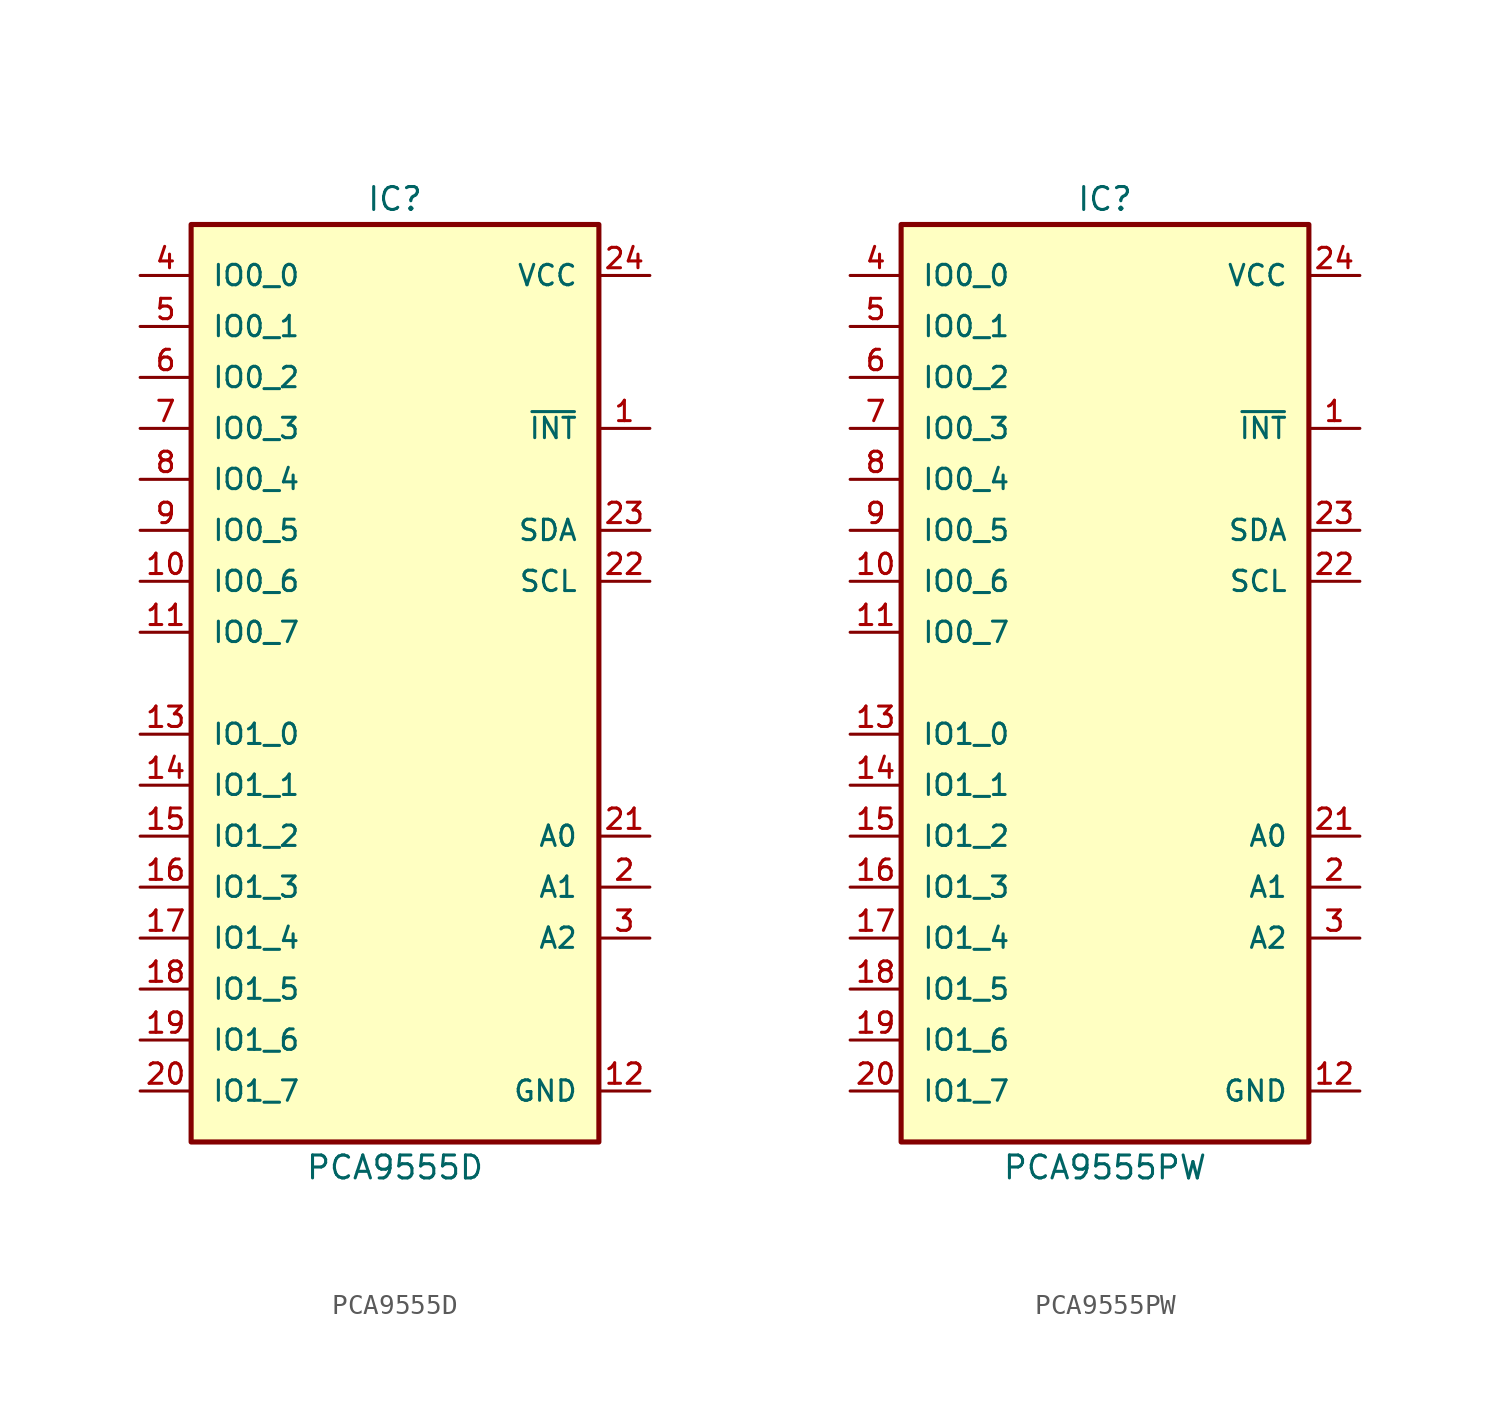
<source format=kicad_sym>
(kicad_symbol_lib
  (version 20241209)
  (generator "kicad_symbol_editor")
  (generator_version "9.0")
  (symbol "PCA9555D"
    (pin_names
      (offset 1.016))
    (property "Reference" "IC"
      (at 0 24.13 0)
      (effects (font (size 1.143 1.143))))
    (property "Value" "PCA9555D"
      (at 0 -24.13 0)
      (effects (font (size 1.143 1.143))))
    (symbol "PCA9555D_0_1"
      (rectangle (start -10.16 22.86) (end 10.16 -22.86) (stroke (width 0.254) (type default)) (fill (type background))))
    (symbol "PCA9555D_1_1"
      (pin bidirectional line (at -12.7 20.32 0) (length 2.54) (name "IO0_0" (effects (font (size 1.016 1.016)))) (number "4" (effects (font (size 1.016 1.016)))))
      (pin bidirectional line (at -12.7 17.78 0) (length 2.54) (name "IO0_1" (effects (font (size 1.016 1.016)))) (number "5" (effects (font (size 1.016 1.016)))))
      (pin bidirectional line (at -12.7 15.24 0) (length 2.54) (name "IO0_2" (effects (font (size 1.016 1.016)))) (number "6" (effects (font (size 1.016 1.016)))))
      (pin bidirectional line (at -12.7 12.7 0) (length 2.54) (name "IO0_3" (effects (font (size 1.016 1.016)))) (number "7" (effects (font (size 1.016 1.016)))))
      (pin bidirectional line (at -12.7 10.16 0) (length 2.54) (name "IO0_4" (effects (font (size 1.016 1.016)))) (number "8" (effects (font (size 1.016 1.016)))))
      (pin bidirectional line (at -12.7 7.62 0) (length 2.54) (name "IO0_5" (effects (font (size 1.016 1.016)))) (number "9" (effects (font (size 1.016 1.016)))))
      (pin bidirectional line (at -12.7 5.08 0) (length 2.54) (name "IO0_6" (effects (font (size 1.016 1.016)))) (number "10" (effects (font (size 1.016 1.016)))))
      (pin bidirectional line (at -12.7 2.54 0) (length 2.54) (name "IO0_7" (effects (font (size 1.016 1.016)))) (number "11" (effects (font (size 1.016 1.016)))))
      (pin bidirectional line (at -12.7 -2.54 0) (length 2.54) (name "IO1_0" (effects (font (size 1.016 1.016)))) (number "13" (effects (font (size 1.016 1.016)))))
      (pin bidirectional line (at -12.7 -5.08 0) (length 2.54) (name "IO1_1" (effects (font (size 1.016 1.016)))) (number "14" (effects (font (size 1.016 1.016)))))
      (pin bidirectional line (at -12.7 -7.62 0) (length 2.54) (name "IO1_2" (effects (font (size 1.016 1.016)))) (number "15" (effects (font (size 1.016 1.016)))))
      (pin bidirectional line (at -12.7 -10.16 0) (length 2.54) (name "IO1_3" (effects (font (size 1.016 1.016)))) (number "16" (effects (font (size 1.016 1.016)))))
      (pin bidirectional line (at -12.7 -12.7 0) (length 2.54) (name "IO1_4" (effects (font (size 1.016 1.016)))) (number "17" (effects (font (size 1.016 1.016)))))
      (pin bidirectional line (at -12.7 -15.24 0) (length 2.54) (name "IO1_5" (effects (font (size 1.016 1.016)))) (number "18" (effects (font (size 1.016 1.016)))))
      (pin bidirectional line (at -12.7 -17.78 0) (length 2.54) (name "IO1_6" (effects (font (size 1.016 1.016)))) (number "19" (effects (font (size 1.016 1.016)))))
      (pin bidirectional line (at -12.7 -20.32 0) (length 2.54) (name "IO1_7" (effects (font (size 1.016 1.016)))) (number "20" (effects (font (size 1.016 1.016)))))
      (pin power_in line (at 12.7 20.32 180) (length 2.54) (name "VCC" (effects (font (size 1.016 1.016)))) (number "24" (effects (font (size 1.016 1.016)))))
      (pin output line (at 12.7 12.7 180) (length 2.54) (name "~{INT}" (effects (font (size 1.016 1.016)))) (number "1" (effects (font (size 1.016 1.016)))))
      (pin bidirectional line (at 12.7 7.62 180) (length 2.54) (name "SDA" (effects (font (size 1.016 1.016)))) (number "23" (effects (font (size 1.016 1.016)))))
      (pin input line (at 12.7 5.08 180) (length 2.54) (name "SCL" (effects (font (size 1.016 1.016)))) (number "22" (effects (font (size 1.016 1.016)))))
      (pin input line (at 12.7 -7.62 180) (length 2.54) (name "A0" (effects (font (size 1.016 1.016)))) (number "21" (effects (font (size 1.016 1.016)))))
      (pin input line (at 12.7 -10.16 180) (length 2.54) (name "A1" (effects (font (size 1.016 1.016)))) (number "2" (effects (font (size 1.016 1.016)))))
      (pin input line (at 12.7 -12.7 180) (length 2.54) (name "A2" (effects (font (size 1.016 1.016)))) (number "3" (effects (font (size 1.016 1.016)))))
      (pin power_in line (at 12.7 -20.32 180) (length 2.54) (name "GND" (effects (font (size 1.016 1.016)))) (number "12" (effects (font (size 1.016 1.016)))))))
  (symbol "PCA9555PW"
    (pin_names
      (offset 1.016))
    (property "Reference" "IC"
      (at 0 24.13 0)
      (effects (font (size 1.143 1.143))))
    (property "Value" "PCA9555PW"
      (at 0 -24.13 0)
      (effects (font (size 1.143 1.143))))
    (symbol "PCA9555PW_0_1"
      (rectangle (start -10.16 22.86) (end 10.16 -22.86) (stroke (width 0.254) (type default)) (fill (type background))))
    (symbol "PCA9555PW_1_1"
      (pin bidirectional line (at -12.7 20.32 0) (length 2.54) (name "IO0_0" (effects (font (size 1.016 1.016)))) (number "4" (effects (font (size 1.016 1.016)))))
      (pin bidirectional line (at -12.7 17.78 0) (length 2.54) (name "IO0_1" (effects (font (size 1.016 1.016)))) (number "5" (effects (font (size 1.016 1.016)))))
      (pin bidirectional line (at -12.7 15.24 0) (length 2.54) (name "IO0_2" (effects (font (size 1.016 1.016)))) (number "6" (effects (font (size 1.016 1.016)))))
      (pin bidirectional line (at -12.7 12.7 0) (length 2.54) (name "IO0_3" (effects (font (size 1.016 1.016)))) (number "7" (effects (font (size 1.016 1.016)))))
      (pin bidirectional line (at -12.7 10.16 0) (length 2.54) (name "IO0_4" (effects (font (size 1.016 1.016)))) (number "8" (effects (font (size 1.016 1.016)))))
      (pin bidirectional line (at -12.7 7.62 0) (length 2.54) (name "IO0_5" (effects (font (size 1.016 1.016)))) (number "9" (effects (font (size 1.016 1.016)))))
      (pin bidirectional line (at -12.7 5.08 0) (length 2.54) (name "IO0_6" (effects (font (size 1.016 1.016)))) (number "10" (effects (font (size 1.016 1.016)))))
      (pin bidirectional line (at -12.7 2.54 0) (length 2.54) (name "IO0_7" (effects (font (size 1.016 1.016)))) (number "11" (effects (font (size 1.016 1.016)))))
      (pin bidirectional line (at -12.7 -2.54 0) (length 2.54) (name "IO1_0" (effects (font (size 1.016 1.016)))) (number "13" (effects (font (size 1.016 1.016)))))
      (pin bidirectional line (at -12.7 -5.08 0) (length 2.54) (name "IO1_1" (effects (font (size 1.016 1.016)))) (number "14" (effects (font (size 1.016 1.016)))))
      (pin bidirectional line (at -12.7 -7.62 0) (length 2.54) (name "IO1_2" (effects (font (size 1.016 1.016)))) (number "15" (effects (font (size 1.016 1.016)))))
      (pin bidirectional line (at -12.7 -10.16 0) (length 2.54) (name "IO1_3" (effects (font (size 1.016 1.016)))) (number "16" (effects (font (size 1.016 1.016)))))
      (pin bidirectional line (at -12.7 -12.7 0) (length 2.54) (name "IO1_4" (effects (font (size 1.016 1.016)))) (number "17" (effects (font (size 1.016 1.016)))))
      (pin bidirectional line (at -12.7 -15.24 0) (length 2.54) (name "IO1_5" (effects (font (size 1.016 1.016)))) (number "18" (effects (font (size 1.016 1.016)))))
      (pin bidirectional line (at -12.7 -17.78 0) (length 2.54) (name "IO1_6" (effects (font (size 1.016 1.016)))) (number "19" (effects (font (size 1.016 1.016)))))
      (pin bidirectional line (at -12.7 -20.32 0) (length 2.54) (name "IO1_7" (effects (font (size 1.016 1.016)))) (number "20" (effects (font (size 1.016 1.016)))))
      (pin power_in line (at 12.7 20.32 180) (length 2.54) (name "VCC" (effects (font (size 1.016 1.016)))) (number "24" (effects (font (size 1.016 1.016)))))
      (pin output line (at 12.7 12.7 180) (length 2.54) (name "~{INT}" (effects (font (size 1.016 1.016)))) (number "1" (effects (font (size 1.016 1.016)))))
      (pin bidirectional line (at 12.7 7.62 180) (length 2.54) (name "SDA" (effects (font (size 1.016 1.016)))) (number "23" (effects (font (size 1.016 1.016)))))
      (pin input line (at 12.7 5.08 180) (length 2.54) (name "SCL" (effects (font (size 1.016 1.016)))) (number "22" (effects (font (size 1.016 1.016)))))
      (pin input line (at 12.7 -7.62 180) (length 2.54) (name "A0" (effects (font (size 1.016 1.016)))) (number "21" (effects (font (size 1.016 1.016)))))
      (pin input line (at 12.7 -10.16 180) (length 2.54) (name "A1" (effects (font (size 1.016 1.016)))) (number "2" (effects (font (size 1.016 1.016)))))
      (pin input line (at 12.7 -12.7 180) (length 2.54) (name "A2" (effects (font (size 1.016 1.016)))) (number "3" (effects (font (size 1.016 1.016)))))
      (pin power_in line (at 12.7 -20.32 180) (length 2.54) (name "GND" (effects (font (size 1.016 1.016)))) (number "12" (effects (font (size 1.016 1.016))))))))
</source>
